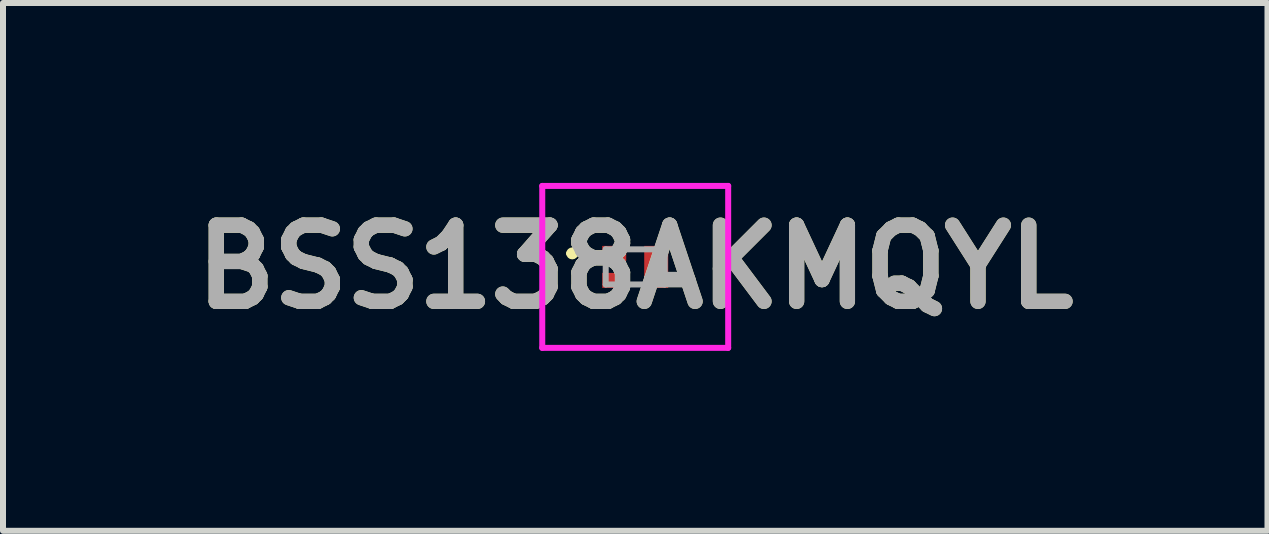
<source format=kicad_pcb>
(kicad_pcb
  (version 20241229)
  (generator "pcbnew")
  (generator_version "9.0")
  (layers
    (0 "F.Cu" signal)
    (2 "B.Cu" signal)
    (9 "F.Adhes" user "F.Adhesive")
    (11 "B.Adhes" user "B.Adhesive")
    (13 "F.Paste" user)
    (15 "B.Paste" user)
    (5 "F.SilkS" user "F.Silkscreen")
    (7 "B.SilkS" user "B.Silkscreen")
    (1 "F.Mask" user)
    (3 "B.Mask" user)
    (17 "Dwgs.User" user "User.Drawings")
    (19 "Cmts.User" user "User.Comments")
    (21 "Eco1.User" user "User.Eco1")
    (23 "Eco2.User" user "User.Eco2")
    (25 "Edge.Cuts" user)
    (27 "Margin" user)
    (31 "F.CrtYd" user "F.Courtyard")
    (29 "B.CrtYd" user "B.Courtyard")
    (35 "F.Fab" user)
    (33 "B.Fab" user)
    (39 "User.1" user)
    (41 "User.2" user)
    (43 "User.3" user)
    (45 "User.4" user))
  (footprint "BSS138AKMQYL"
    (layer "F.Cu")
    (at 7.541 1.4)
    (property "Reference" "BSS138AKMQYL" (at 0 0 0) (layer "F.SilkS") (effects (font (size 1.27 1.27) (thickness 0.254))))
    (attr smd)
    (fp_line (start -1.1 -0.225) (end -1.1 -0.225) (stroke (width 0.1) (type solid)) (layer "F.SilkS"))
    (fp_line (start -1 -0.225) (end -1 -0.225) (stroke (width 0.1) (type solid)) (layer "F.SilkS"))
    (fp_arc (start -1.1 -0.225) (mid -1.05 -0.275) (end -1 -0.225) (stroke (width 0.1) (type solid)) (layer "F.SilkS"))
    (fp_arc (start -1 -0.225) (mid -1.05 -0.175) (end -1.1 -0.225) (stroke (width 0.1) (type solid)) (layer "F.SilkS"))
    (fp_line (start -1.55 -1.35) (end 1.55 -1.35) (stroke (width 0.1) (type solid)) (layer "F.CrtYd"))
    (fp_line (start -1.55 1.35) (end -1.55 -1.35) (stroke (width 0.1) (type solid)) (layer "F.CrtYd"))
    (fp_line (start 1.55 -1.35) (end 1.55 1.35) (stroke (width 0.1) (type solid)) (layer "F.CrtYd"))
    (fp_line (start 1.55 1.35) (end -1.55 1.35) (stroke (width 0.1) (type solid)) (layer "F.CrtYd"))
    (fp_line (start -0.492 -0.293) (end 0.492 -0.293) (stroke (width 0.1) (type solid)) (layer "F.Fab"))
    (fp_line (start -0.492 0.293) (end -0.492 -0.293) (stroke (width 0.1) (type solid)) (layer "F.Fab"))
    (fp_line (start 0.492 -0.293) (end 0.492 0.293) (stroke (width 0.1) (type solid)) (layer "F.Fab"))
    (fp_line (start 0.492 0.293) (end -0.492 0.293) (stroke (width 0.1) (type solid)) (layer "F.Fab"))
    (fp_text user "${REFERENCE}" (at 0 0 0) (layer "F.Fab") (effects (font (size 1.27 1.27) (thickness 0.254))))
    (pad "1" smd rect (at -0.35 -0.225 90) (size 0.25 0.4) (layers "F.Cu" "F.Mask" "F.Paste"))
    (pad "2" smd rect (at -0.35 0.225 90) (size 0.25 0.4) (layers "F.Cu" "F.Mask" "F.Paste"))
    (pad "3" smd rect (at 0.35 0) (size 0.4 0.7) (layers "F.Cu" "F.Mask" "F.Paste")))
  (gr_rect
    (start -3 -3)
    (end 18.083 5.8)
    (stroke (width 0.1) (type default))
    (fill no)
    (layer "Edge.Cuts")))
</source>
